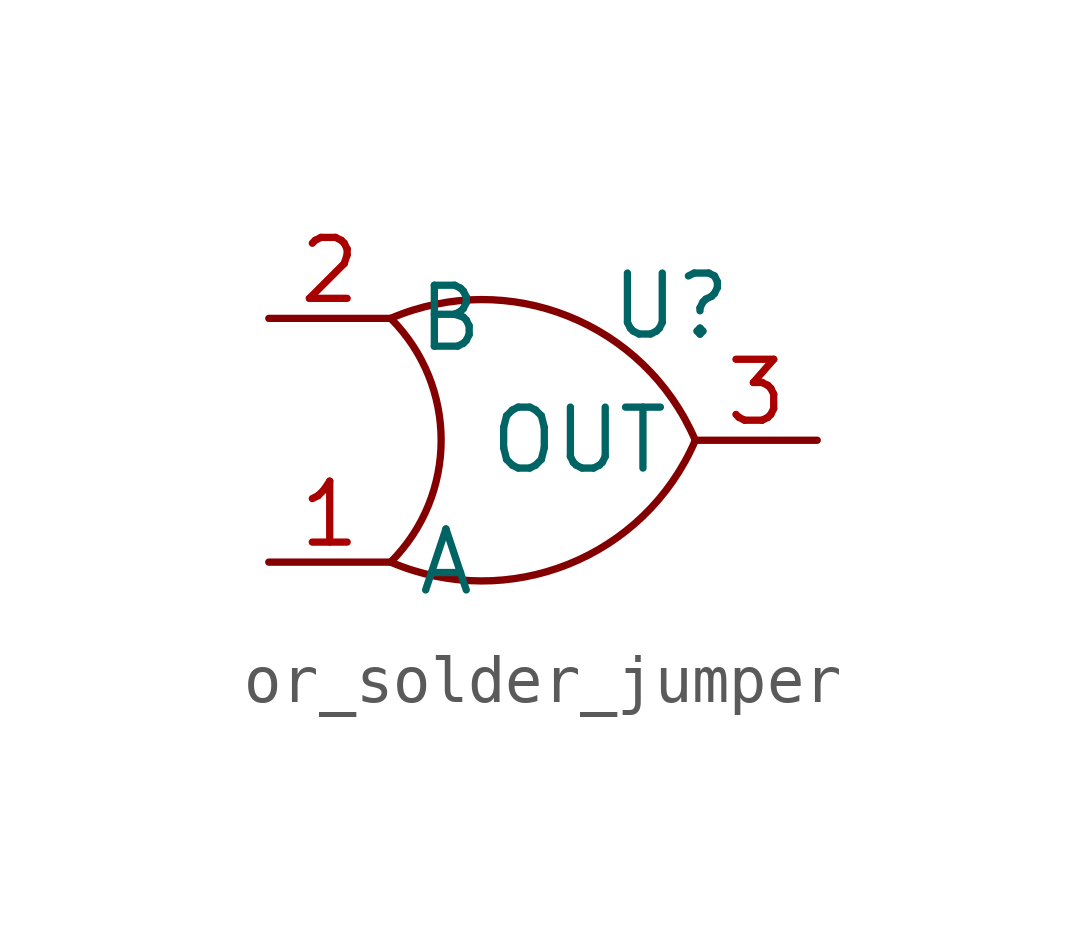
<source format=kicad_sym>
(kicad_symbol_lib
  (version 20231120)
  (generator "kicad_symbol_editor")
  (generator_version "8.0")
  (symbol "or_solder_jumper"
    (property "Reference" "U"
      (at 3.302 1.524 0)
      (effects (font (size 1.27 1.27))))
    (property "Value" ""
      (at 0 0 0)
      (effects (font (size 1.27 1.27))))
    (symbol "or_solder_jumper_0_1"
      (arc (start -2.54 -3.81) (mid -1.4879 -1.27) (end -2.54 1.27) (stroke (width 0) (type default)) (fill (type none)))
      (arc (start -2.54 -3.81) (mid 1.1611 -3.8551) (end 3.81 -1.27) (stroke (width 0) (type default)) (fill (type none)))
      (arc (start 3.81 -1.27) (mid 1.1611 1.3151) (end -2.54 1.27) (stroke (width 0) (type default)) (fill (type none))))
    (symbol "or_solder_jumper_1_1"
      (pin input line (at -5.08 -3.81 0) (length 2.54) (name "A" (effects (font (size 1.27 1.27)))) (number "1" (effects (font (size 1.27 1.27)))))
      (pin input line (at -5.08 1.27 0) (length 2.54) (name "B" (effects (font (size 1.27 1.27)))) (number "2" (effects (font (size 1.27 1.27)))))
      (pin output line (at 6.35 -1.27 180) (length 2.54) (name "OUT" (effects (font (size 1.27 1.27)))) (number "3" (effects (font (size 1.27 1.27))))))))
</source>
